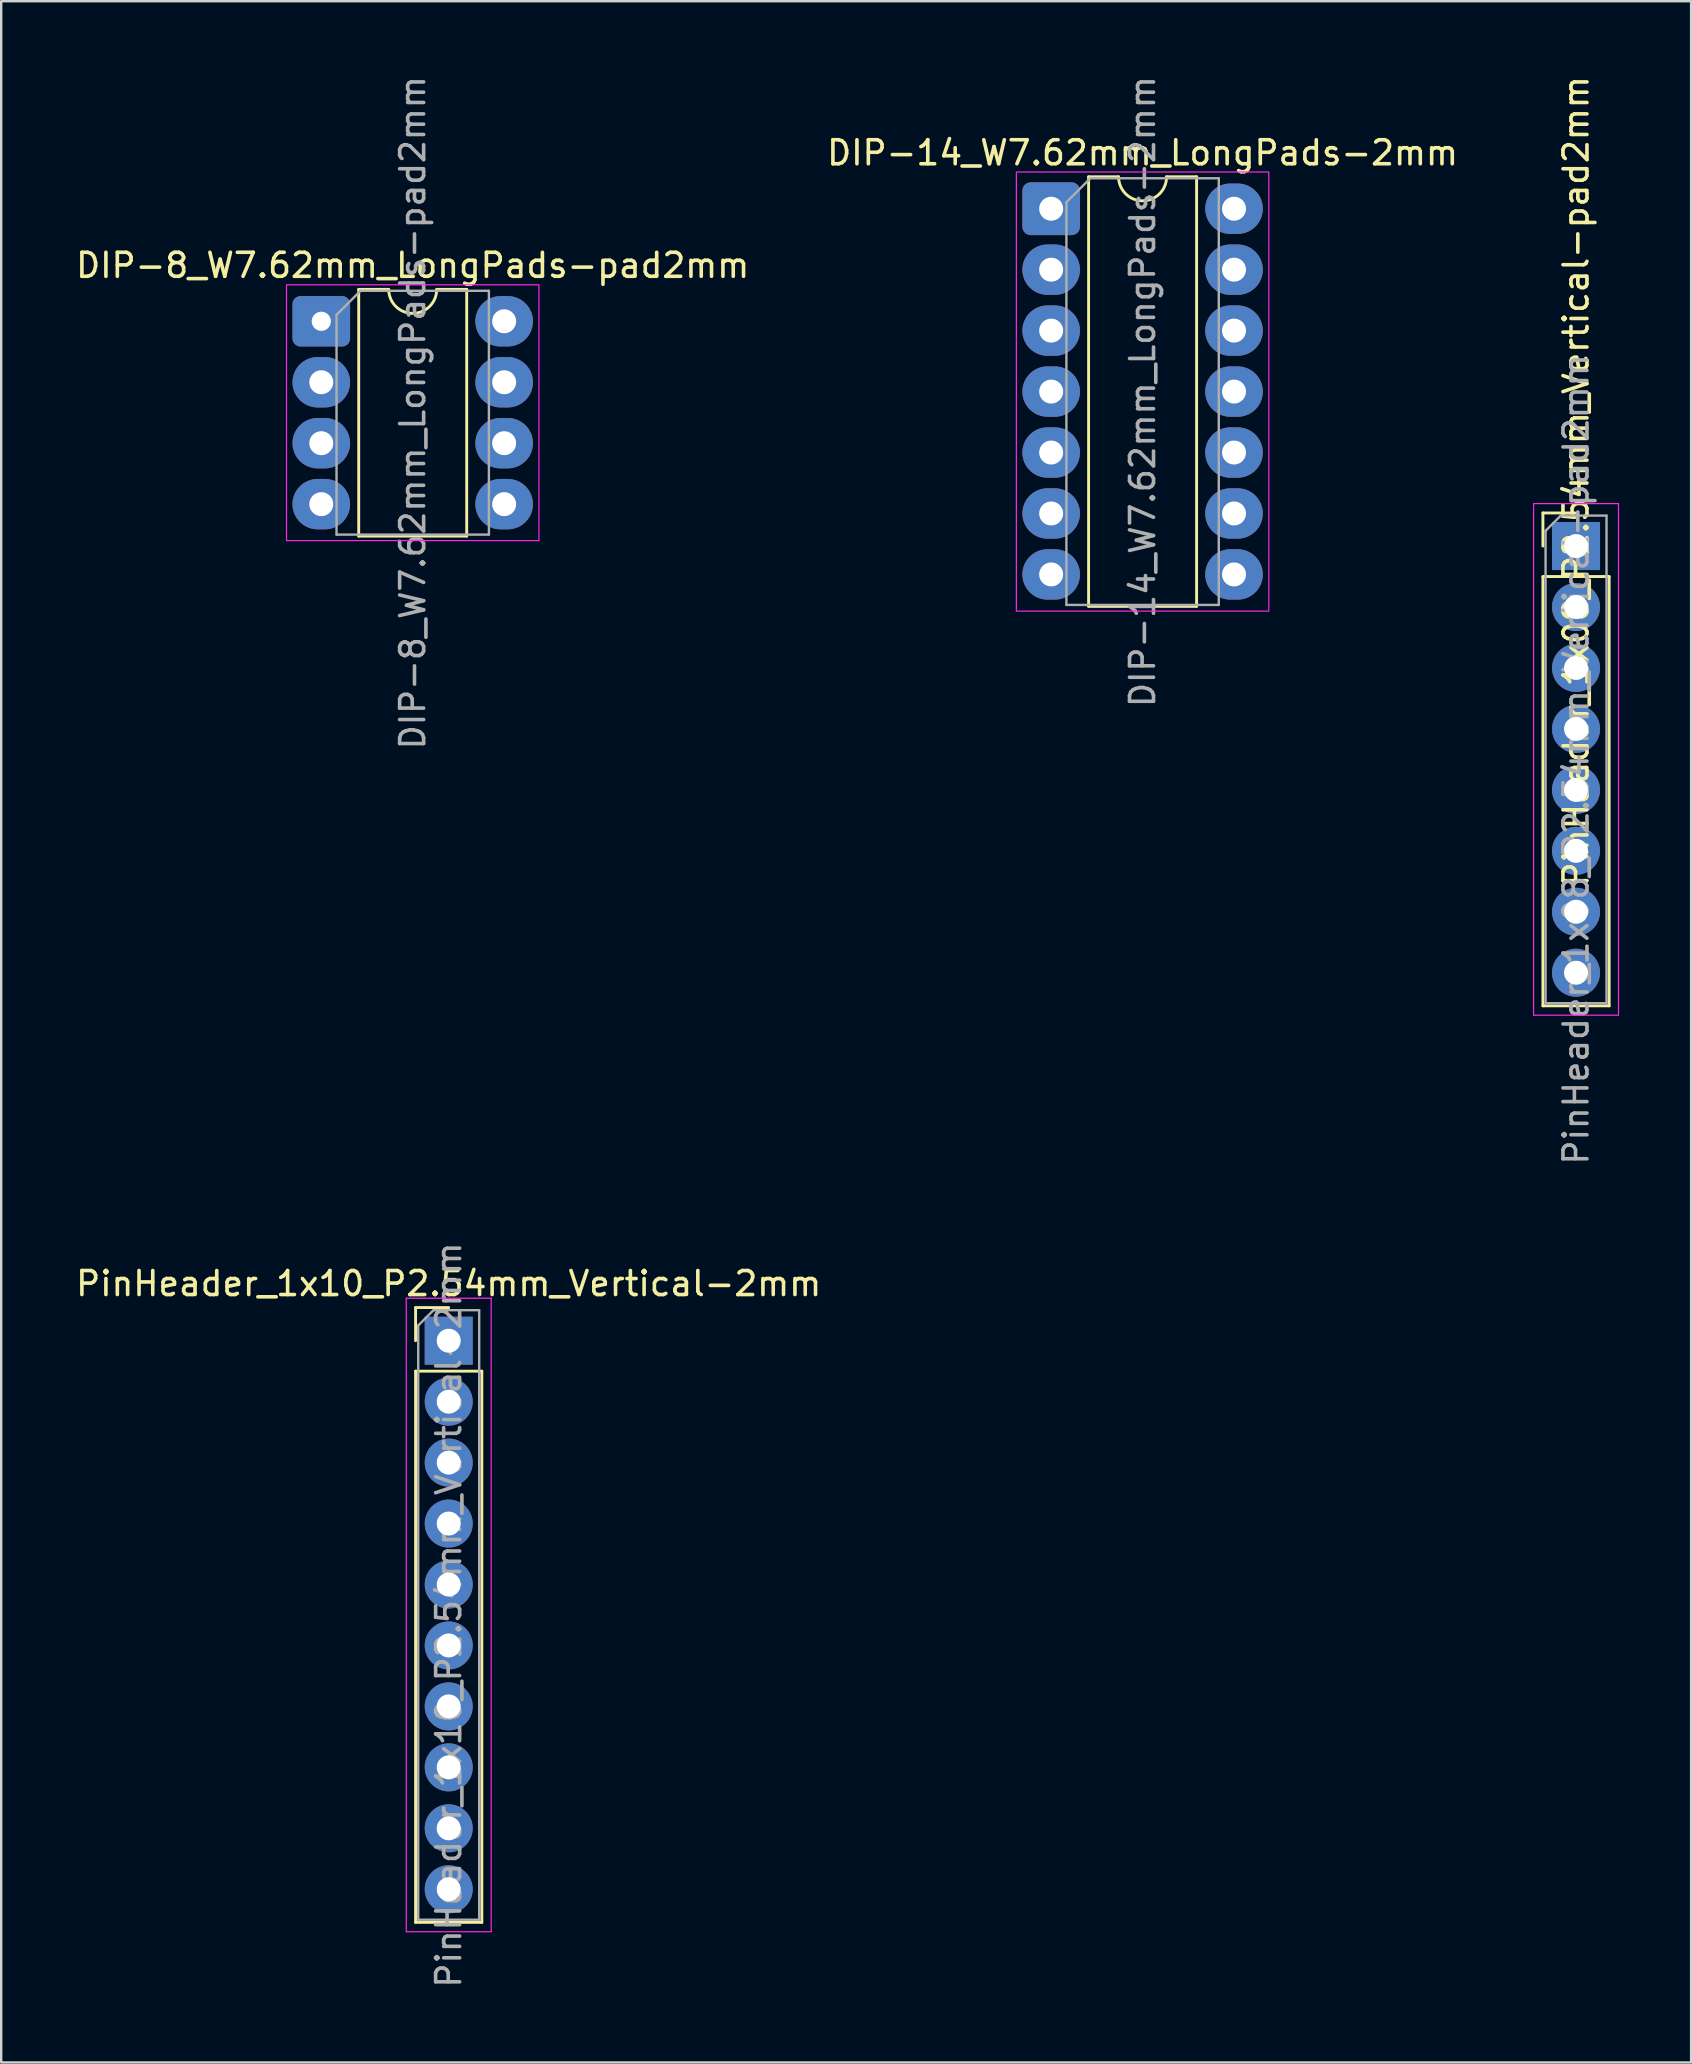
<source format=kicad_pcb>
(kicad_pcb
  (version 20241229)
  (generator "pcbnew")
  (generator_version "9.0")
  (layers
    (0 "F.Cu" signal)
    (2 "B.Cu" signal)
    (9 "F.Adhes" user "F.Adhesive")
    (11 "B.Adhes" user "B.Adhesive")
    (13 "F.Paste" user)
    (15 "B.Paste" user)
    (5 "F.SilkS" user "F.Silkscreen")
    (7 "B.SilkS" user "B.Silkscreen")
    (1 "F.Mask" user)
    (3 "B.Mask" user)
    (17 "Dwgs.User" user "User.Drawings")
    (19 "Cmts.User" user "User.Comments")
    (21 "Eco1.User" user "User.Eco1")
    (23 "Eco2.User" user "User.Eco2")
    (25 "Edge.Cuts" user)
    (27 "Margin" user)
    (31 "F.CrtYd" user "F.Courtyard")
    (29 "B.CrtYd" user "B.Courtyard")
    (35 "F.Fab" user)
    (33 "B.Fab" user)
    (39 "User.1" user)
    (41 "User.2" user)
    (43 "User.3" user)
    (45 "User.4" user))
  (footprint "PinHeader_1x08_P2.54mm_Vertical-pad2mm"
    (layer "F.Cu")
    (at 62.628 19.706)
    (property "Reference" "PinHeader_1x08_P2.54mm_Vertical-pad2mm" (at 0 -2.7 270) (layer "F.SilkS") (effects (font (size 1 1) (thickness 0.15))))
    (attr through_hole)
    (fp_line (start -1.38 -1.38) (end 0 -1.38) (stroke (width 0.12) (type solid)) (layer "F.SilkS"))
    (fp_line (start -1.38 0) (end -1.38 -1.38) (stroke (width 0.12) (type solid)) (layer "F.SilkS"))
    (fp_line (start -1.38 1.27) (end -1.38 19.16) (stroke (width 0.12) (type solid)) (layer "F.SilkS"))
    (fp_line (start -1.38 1.27) (end 1.38 1.27) (stroke (width 0.12) (type solid)) (layer "F.SilkS"))
    (fp_line (start -1.38 19.16) (end 1.38 19.16) (stroke (width 0.12) (type solid)) (layer "F.SilkS"))
    (fp_line (start 1.38 1.27) (end 1.38 19.16) (stroke (width 0.12) (type solid)) (layer "F.SilkS"))
    (fp_line (start -1.77 -1.77) (end -1.77 19.55) (stroke (width 0.05) (type solid)) (layer "F.CrtYd"))
    (fp_line (start -1.77 19.55) (end 1.77 19.55) (stroke (width 0.05) (type solid)) (layer "F.CrtYd"))
    (fp_line (start 1.77 -1.77) (end -1.77 -1.77) (stroke (width 0.05) (type solid)) (layer "F.CrtYd"))
    (fp_line (start 1.77 19.55) (end 1.77 -1.77) (stroke (width 0.05) (type solid)) (layer "F.CrtYd"))
    (fp_line (start -1.27 -0.635) (end -0.635 -1.27) (stroke (width 0.1) (type solid)) (layer "F.Fab"))
    (fp_line (start -1.27 19.05) (end -1.27 -0.635) (stroke (width 0.1) (type solid)) (layer "F.Fab"))
    (fp_line (start -0.635 -1.27) (end 1.27 -1.27) (stroke (width 0.1) (type solid)) (layer "F.Fab"))
    (fp_line (start 1.27 -1.27) (end 1.27 19.05) (stroke (width 0.1) (type solid)) (layer "F.Fab"))
    (fp_line (start 1.27 19.05) (end -1.27 19.05) (stroke (width 0.1) (type solid)) (layer "F.Fab"))
    (fp_text user "${REFERENCE}" (at 0 8.89 270) (layer "F.Fab") (effects (font (size 1 1) (thickness 0.15))))
    (pad "1" thru_hole rect (at 0 0) (size 2 2) (drill 1) (layers "*.Cu" "*.Mask"))
    (pad "2" thru_hole circle (at 0 2.54) (size 2 2) (drill 1) (layers "*.Cu" "*.Mask"))
    (pad "3" thru_hole circle (at 0 5.08) (size 2 2) (drill 1) (layers "*.Cu" "*.Mask"))
    (pad "4" thru_hole circle (at 0 7.62) (size 2 2) (drill 1) (layers "*.Cu" "*.Mask"))
    (pad "5" thru_hole circle (at 0 10.16) (size 2 2) (drill 1) (layers "*.Cu" "*.Mask"))
    (pad "6" thru_hole circle (at 0 12.7) (size 2 2) (drill 1) (layers "*.Cu" "*.Mask"))
    (pad "7" thru_hole circle (at 0 15.24) (size 2 2) (drill 1) (layers "*.Cu" "*.Mask"))
    (pad "8" thru_hole circle (at 0 17.78) (size 2 2) (drill 1) (layers "*.Cu" "*.Mask")))
  (footprint "DIP-8_W7.62mm_LongPads-pad2mm"
    (layer "F.Cu")
    (at 10.339 10.339)
    (property "Reference" "DIP-8_W7.62mm_LongPads-pad2mm" (at 3.81 -2.33 0) (layer "F.SilkS") (effects (font (size 1 1) (thickness 0.15))))
    (attr through_hole)
    (fp_line (start 1.56 -1.33) (end 1.56 8.95) (stroke (width 0.12) (type solid)) (layer "F.SilkS"))
    (fp_line (start 1.56 8.95) (end 6.06 8.95) (stroke (width 0.12) (type solid)) (layer "F.SilkS"))
    (fp_line (start 2.81 -1.33) (end 1.56 -1.33) (stroke (width 0.12) (type solid)) (layer "F.SilkS"))
    (fp_line (start 6.06 -1.33) (end 4.81 -1.33) (stroke (width 0.12) (type solid)) (layer "F.SilkS"))
    (fp_line (start 6.06 8.95) (end 6.06 -1.33) (stroke (width 0.12) (type solid)) (layer "F.SilkS"))
    (fp_arc (start 4.81 -1.33) (mid 3.81 -0.33) (end 2.81 -1.33) (stroke (width 0.12) (type solid)) (layer "F.SilkS"))
    (fp_rect (start -1.45 -1.52) (end 9.07 9.14) (stroke (width 0.05) (type solid)) (fill no) (layer "F.CrtYd"))
    (fp_line (start 0.635 -0.27) (end 1.635 -1.27) (stroke (width 0.1) (type solid)) (layer "F.Fab"))
    (fp_line (start 0.635 8.89) (end 0.635 -0.27) (stroke (width 0.1) (type solid)) (layer "F.Fab"))
    (fp_line (start 1.635 -1.27) (end 6.985 -1.27) (stroke (width 0.1) (type solid)) (layer "F.Fab"))
    (fp_line (start 6.985 -1.27) (end 6.985 8.89) (stroke (width 0.1) (type solid)) (layer "F.Fab"))
    (fp_line (start 6.985 8.89) (end 0.635 8.89) (stroke (width 0.1) (type solid)) (layer "F.Fab"))
    (fp_text user "${REFERENCE}" (at 3.81 3.81 90) (layer "F.Fab") (effects (font (size 1 1) (thickness 0.15))))
    (pad "1" thru_hole roundrect (at 0 0) (size 2.4 2.1) (drill 0.8) (layers "*.Cu" "*.Mask") (roundrect_rratio 0.156))
    (pad "2" thru_hole oval (at 0 2.54) (size 2.4 2.1) (drill 1) (layers "*.Cu" "*.Mask"))
    (pad "3" thru_hole oval (at 0 5.08) (size 2.4 2.1) (drill 1) (layers "*.Cu" "*.Mask"))
    (pad "4" thru_hole oval (at 0 7.62) (size 2.4 2.1) (drill 1) (layers "*.Cu" "*.Mask"))
    (pad "5" thru_hole oval (at 7.62 7.62) (size 2.4 2.1) (drill 1) (layers "*.Cu" "*.Mask"))
    (pad "6" thru_hole oval (at 7.62 5.08) (size 2.4 2.1) (drill 1) (layers "*.Cu" "*.Mask"))
    (pad "7" thru_hole oval (at 7.62 2.54) (size 2.4 2.1) (drill 1) (layers "*.Cu" "*.Mask"))
    (pad "8" thru_hole oval (at 7.62 0) (size 2.4 2.1) (drill 1) (layers "*.Cu" "*.Mask")))
  (footprint "DIP-14_W7.62mm_LongPads-2mm"
    (layer "F.Cu")
    (at 40.755 5.648)
    (property "Reference" "DIP-14_W7.62mm_LongPads-2mm" (at 3.81 -2.33 0) (layer "F.SilkS") (effects (font (size 1 1) (thickness 0.15))))
    (attr through_hole)
    (fp_line (start 1.56 -1.33) (end 1.56 16.57) (stroke (width 0.12) (type solid)) (layer "F.SilkS"))
    (fp_line (start 1.56 16.57) (end 6.06 16.57) (stroke (width 0.12) (type solid)) (layer "F.SilkS"))
    (fp_line (start 2.81 -1.33) (end 1.56 -1.33) (stroke (width 0.12) (type solid)) (layer "F.SilkS"))
    (fp_line (start 6.06 -1.33) (end 4.81 -1.33) (stroke (width 0.12) (type solid)) (layer "F.SilkS"))
    (fp_line (start 6.06 16.57) (end 6.06 -1.33) (stroke (width 0.12) (type solid)) (layer "F.SilkS"))
    (fp_arc (start 4.81 -1.33) (mid 3.81 -0.33) (end 2.81 -1.33) (stroke (width 0.12) (type solid)) (layer "F.SilkS"))
    (fp_rect (start -1.45 -1.53) (end 9.07 16.77) (stroke (width 0.05) (type solid)) (fill no) (layer "F.CrtYd"))
    (fp_line (start 0.635 -0.27) (end 1.635 -1.27) (stroke (width 0.1) (type solid)) (layer "F.Fab"))
    (fp_line (start 0.635 16.51) (end 0.635 -0.27) (stroke (width 0.1) (type solid)) (layer "F.Fab"))
    (fp_line (start 1.635 -1.27) (end 6.985 -1.27) (stroke (width 0.1) (type solid)) (layer "F.Fab"))
    (fp_line (start 6.985 -1.27) (end 6.985 16.51) (stroke (width 0.1) (type solid)) (layer "F.Fab"))
    (fp_line (start 6.985 16.51) (end 0.635 16.51) (stroke (width 0.1) (type solid)) (layer "F.Fab"))
    (fp_text user "${REFERENCE}" (at 3.81 7.62 270) (layer "F.Fab") (effects (font (size 1 1) (thickness 0.15))))
    (pad "1" thru_hole roundrect (at 0 0) (size 2.4 2.2) (drill 1) (layers "*.Cu" "*.Mask") (roundrect_rratio 0.156))
    (pad "2" thru_hole oval (at 0 2.54) (size 2.4 2.1) (drill 1) (layers "*.Cu" "*.Mask"))
    (pad "3" thru_hole oval (at 0 5.08) (size 2.4 2.1) (drill 1) (layers "*.Cu" "*.Mask"))
    (pad "4" thru_hole oval (at 0 7.62) (size 2.4 2.1) (drill 1) (layers "*.Cu" "*.Mask"))
    (pad "5" thru_hole oval (at 0 10.16) (size 2.4 2.1) (drill 1) (layers "*.Cu" "*.Mask"))
    (pad "6" thru_hole oval (at 0 12.7) (size 2.4 2.1) (drill 1) (layers "*.Cu" "*.Mask"))
    (pad "7" thru_hole oval (at 0 15.24) (size 2.4 2.1) (drill 1) (layers "*.Cu" "*.Mask"))
    (pad "8" thru_hole oval (at 7.62 15.24) (size 2.4 2.1) (drill 1) (layers "*.Cu" "*.Mask"))
    (pad "9" thru_hole oval (at 7.62 12.7) (size 2.4 2.1) (drill 1) (layers "*.Cu" "*.Mask"))
    (pad "10" thru_hole oval (at 7.62 10.16) (size 2.4 2.1) (drill 1) (layers "*.Cu" "*.Mask"))
    (pad "11" thru_hole oval (at 7.62 7.62) (size 2.4 2.1) (drill 1) (layers "*.Cu" "*.Mask"))
    (pad "12" thru_hole oval (at 7.62 5.08) (size 2.4 2.1) (drill 1) (layers "*.Cu" "*.Mask"))
    (pad "13" thru_hole oval (at 7.62 2.54) (size 2.4 2.1) (drill 1) (layers "*.Cu" "*.Mask"))
    (pad "14" thru_hole oval (at 7.62 0) (size 2.4 2.1) (drill 1) (layers "*.Cu" "*.Mask")))
  (footprint "PinHeader_1x10_P2.54mm_Vertical-2mm"
    (layer "F.Cu")
    (at 15.649 52.821)
    (property "Reference" "PinHeader_1x10_P2.54mm_Vertical-2mm" (at 0 -2.38 180) (layer "F.SilkS") (effects (font (size 1 1) (thickness 0.15))))
    (attr through_hole)
    (fp_line (start -1.38 -1.38) (end 0 -1.38) (stroke (width 0.12) (type solid)) (layer "F.SilkS"))
    (fp_line (start -1.38 0) (end -1.38 -1.38) (stroke (width 0.12) (type solid)) (layer "F.SilkS"))
    (fp_line (start -1.38 1.27) (end -1.38 24.24) (stroke (width 0.12) (type solid)) (layer "F.SilkS"))
    (fp_line (start -1.38 1.27) (end 1.38 1.27) (stroke (width 0.12) (type solid)) (layer "F.SilkS"))
    (fp_line (start -1.38 24.24) (end 1.38 24.24) (stroke (width 0.12) (type solid)) (layer "F.SilkS"))
    (fp_line (start 1.38 1.27) (end 1.38 24.24) (stroke (width 0.12) (type solid)) (layer "F.SilkS"))
    (fp_line (start -1.77 -1.77) (end -1.77 24.63) (stroke (width 0.05) (type solid)) (layer "F.CrtYd"))
    (fp_line (start -1.77 24.63) (end 1.77 24.63) (stroke (width 0.05) (type solid)) (layer "F.CrtYd"))
    (fp_line (start 1.77 -1.77) (end -1.77 -1.77) (stroke (width 0.05) (type solid)) (layer "F.CrtYd"))
    (fp_line (start 1.77 24.63) (end 1.77 -1.77) (stroke (width 0.05) (type solid)) (layer "F.CrtYd"))
    (fp_line (start -1.27 -0.635) (end -0.635 -1.27) (stroke (width 0.1) (type solid)) (layer "F.Fab"))
    (fp_line (start -1.27 24.13) (end -1.27 -0.635) (stroke (width 0.1) (type solid)) (layer "F.Fab"))
    (fp_line (start -0.635 -1.27) (end 1.27 -1.27) (stroke (width 0.1) (type solid)) (layer "F.Fab"))
    (fp_line (start 1.27 -1.27) (end 1.27 24.13) (stroke (width 0.1) (type solid)) (layer "F.Fab"))
    (fp_line (start 1.27 24.13) (end -1.27 24.13) (stroke (width 0.1) (type solid)) (layer "F.Fab"))
    (fp_text user "${REFERENCE}" (at 0 11.43 90) (layer "F.Fab") (effects (font (size 1 1) (thickness 0.15))))
    (pad "1" thru_hole rect (at 0 0) (size 2 2) (drill 1) (layers "*.Cu" "*.Mask"))
    (pad "2" thru_hole circle (at 0 2.54) (size 2 2) (drill 1) (layers "*.Cu" "*.Mask"))
    (pad "3" thru_hole circle (at 0 5.08) (size 2 2) (drill 1) (layers "*.Cu" "*.Mask"))
    (pad "4" thru_hole circle (at 0 7.62) (size 2 2) (drill 1) (layers "*.Cu" "*.Mask"))
    (pad "5" thru_hole circle (at 0 10.16) (size 2 2) (drill 1) (layers "*.Cu" "*.Mask"))
    (pad "6" thru_hole circle (at 0 12.7) (size 2 2) (drill 1) (layers "*.Cu" "*.Mask"))
    (pad "7" thru_hole circle (at 0 15.24) (size 2 2) (drill 1) (layers "*.Cu" "*.Mask"))
    (pad "8" thru_hole circle (at 0 17.78) (size 2 2) (drill 1) (layers "*.Cu" "*.Mask"))
    (pad "9" thru_hole circle (at 0 20.32) (size 2 2) (drill 1) (layers "*.Cu" "*.Mask"))
    (pad "10" thru_hole circle (at 0 22.86) (size 2 2) (drill 1) (layers "*.Cu" "*.Mask")))
  (gr_rect
    (start -3 -3)
    (end 67.423 82.9)
    (stroke (width 0.1) (type default))
    (fill no)
    (layer "Edge.Cuts")))
</source>
